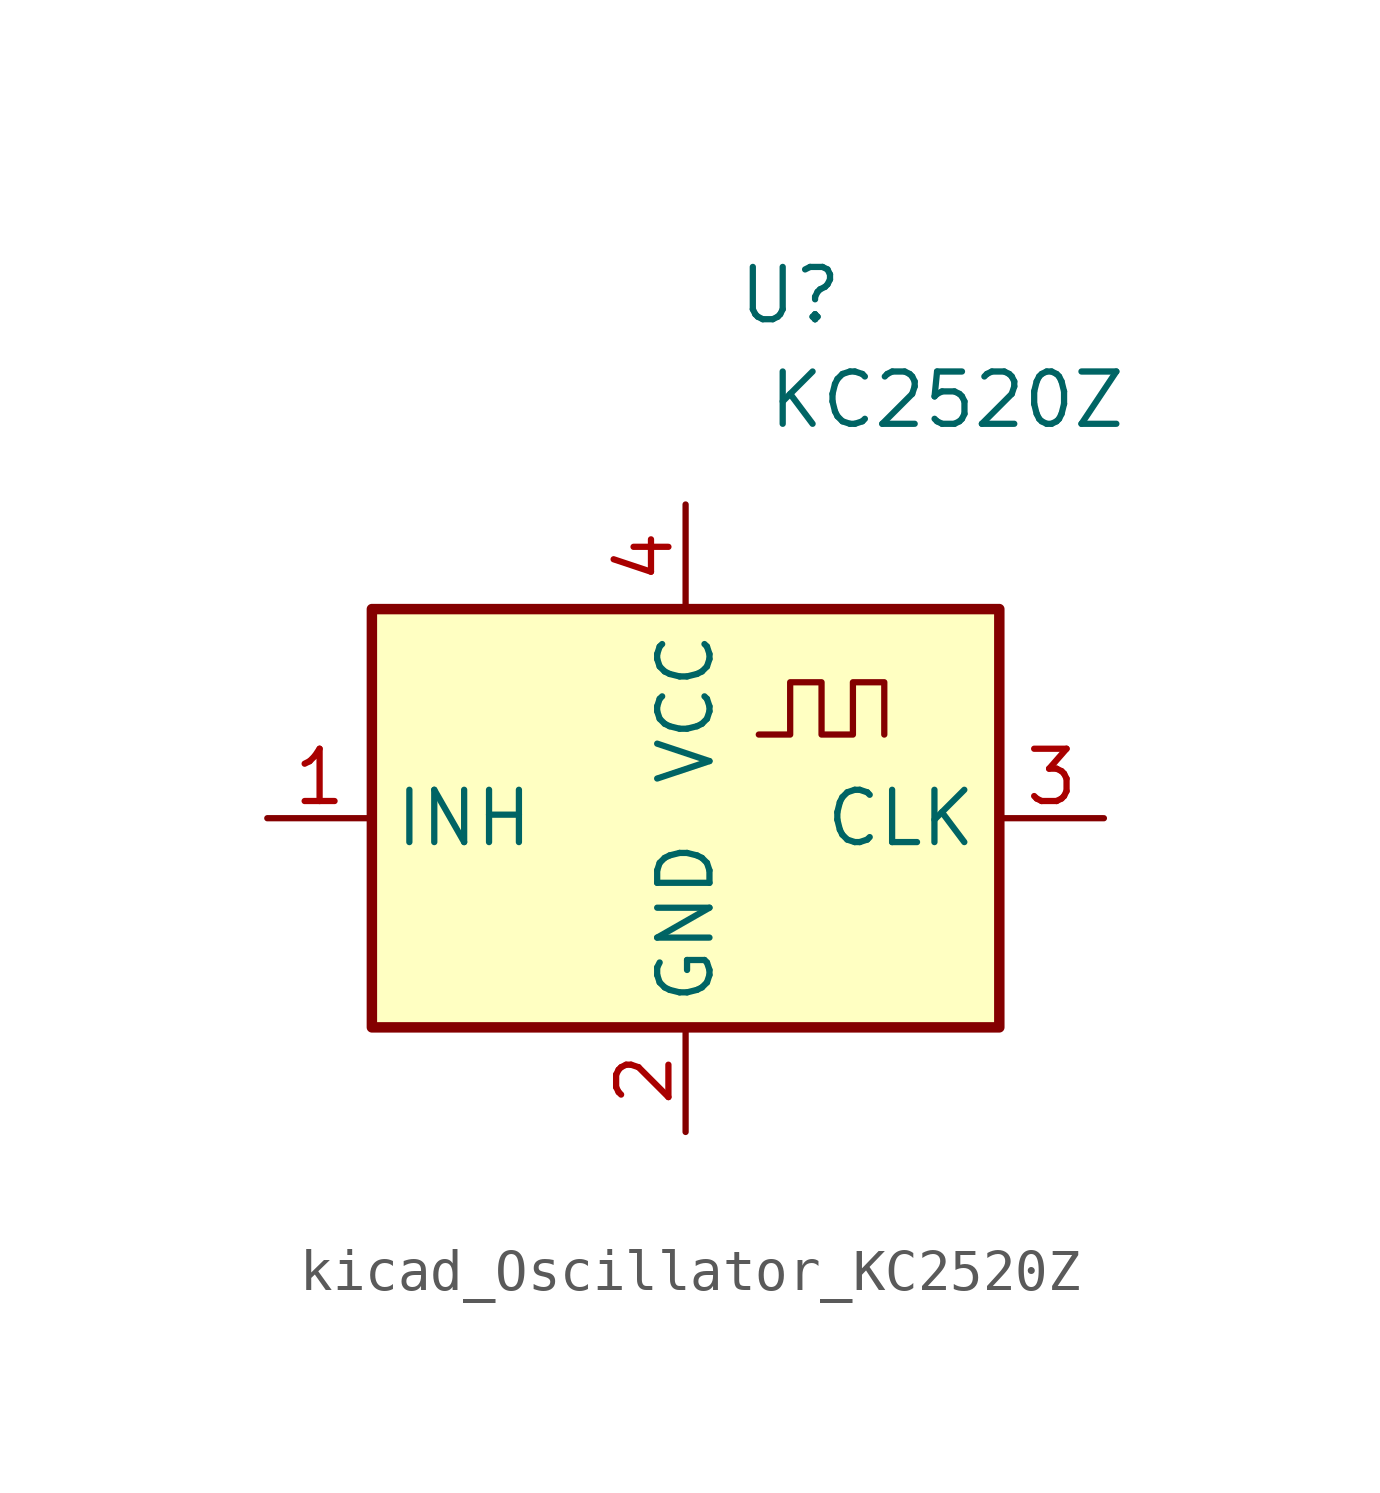
<source format=kicad_sym>
(kicad_symbol_lib
  (version 20220914)
  (generator kicad_symbol_editor)
  (symbol "kicad_Oscillator_KC2520Z"
    (property "Reference" "U"
      (at 2.54 12.7 0)
      (effects (font (size 1.27 1.27))))
    (property "Value" "KC2520Z"
      (at 6.35 10.16 0)
      (effects (font (size 1.27 1.27))))
    (symbol "kicad_Oscillator_KC2520Z_0_1"
      (rectangle (start -7.62 5.08) (end 7.62 -5.08) (stroke (width 0.254) (type default)) (fill (type background))))
    (symbol "kicad_Oscillator_KC2520Z_1_1"
      (polyline (pts (xy 1.778 2.032) (xy 2.54 2.032) (xy 2.54 3.302) (xy 3.302 3.302) (xy 3.302 2.032) (xy 4.064 2.032) (xy 4.064 3.302) (xy 4.826 3.302) (xy 4.826 2.032)) (stroke (width 0) (type default)) (fill (type none)))
      (pin input line (at -10.16 0 0) (length 2.54) (name "INH" (effects (font (size 1.27 1.27)))) (number "1" (effects (font (size 1.27 1.27)))))
      (pin power_in line (at 0 -7.62 90) (length 2.54) (name "GND" (effects (font (size 1.27 1.27)))) (number "2" (effects (font (size 1.27 1.27)))))
      (pin output line (at 10.16 0 180) (length 2.54) (name "CLK" (effects (font (size 1.27 1.27)))) (number "3" (effects (font (size 1.27 1.27)))))
      (pin power_in line (at 0 7.62 270) (length 2.54) (name "VCC" (effects (font (size 1.27 1.27)))) (number "4" (effects (font (size 1.27 1.27))))))))
</source>
